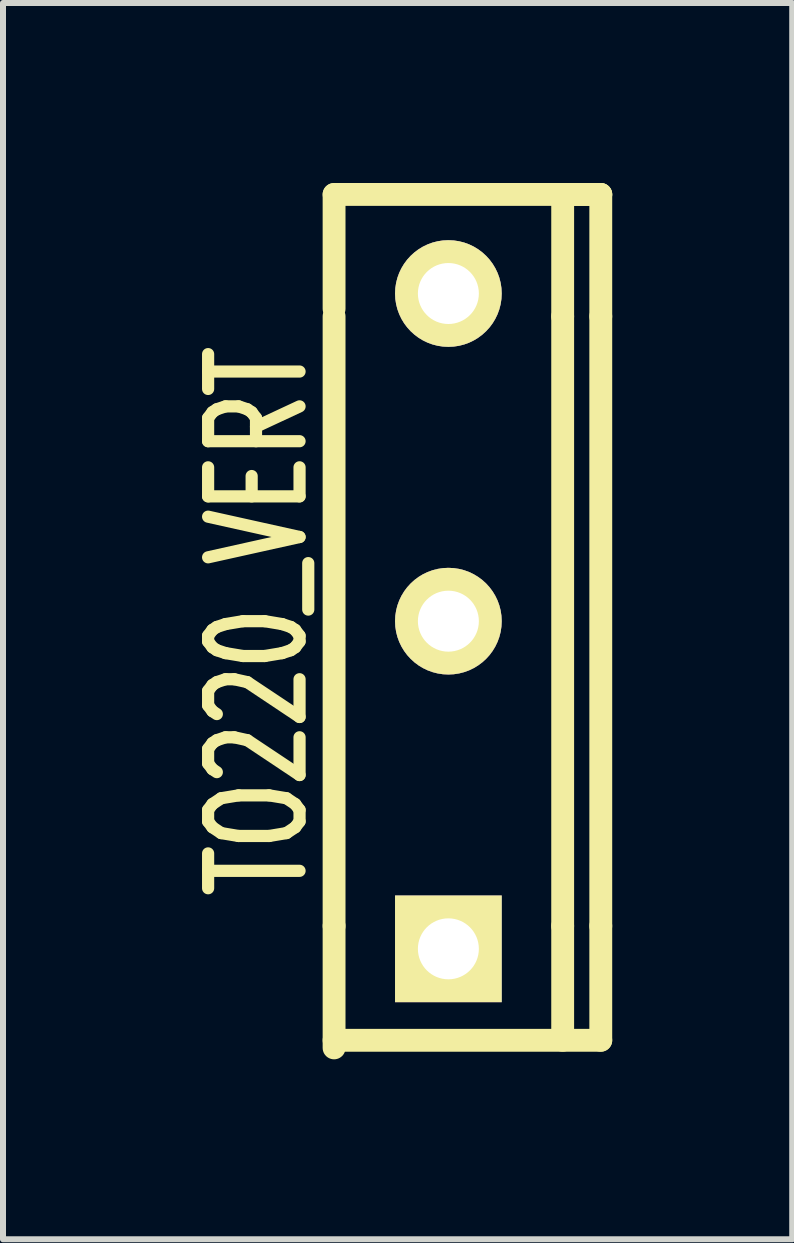
<source format=kicad_pcb>
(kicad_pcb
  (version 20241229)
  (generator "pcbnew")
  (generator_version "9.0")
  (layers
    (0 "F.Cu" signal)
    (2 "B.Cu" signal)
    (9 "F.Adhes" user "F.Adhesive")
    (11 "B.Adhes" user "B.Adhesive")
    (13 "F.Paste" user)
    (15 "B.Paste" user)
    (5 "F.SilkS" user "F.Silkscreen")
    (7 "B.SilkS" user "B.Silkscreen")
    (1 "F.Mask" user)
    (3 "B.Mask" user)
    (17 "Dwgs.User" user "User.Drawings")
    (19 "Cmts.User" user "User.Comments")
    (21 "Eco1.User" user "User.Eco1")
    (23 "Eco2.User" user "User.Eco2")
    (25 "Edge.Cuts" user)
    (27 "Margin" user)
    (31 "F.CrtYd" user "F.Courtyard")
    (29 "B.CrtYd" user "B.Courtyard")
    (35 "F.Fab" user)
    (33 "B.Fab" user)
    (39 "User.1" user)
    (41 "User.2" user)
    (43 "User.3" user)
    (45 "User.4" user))
  (footprint "TO220_VERT"
    (layer "F.Cu")
    (at 4.423 7.303)
    (property "Reference" "TO220_VERT" (at -3.175 0 90) (layer "F.SilkS") (effects (font (size 1.524 1.016) (thickness 0.203))))
    (attr through_hole)
    (fp_line (start -1.905 -7.112) (end -1.905 -5.207) (stroke (width 0.381) (type solid)) (layer "F.SilkS"))
    (fp_line (start -1.905 5.08) (end -1.905 -5.08) (stroke (width 0.381) (type solid)) (layer "F.SilkS"))
    (fp_line (start -1.905 5.08) (end -1.905 7.112) (stroke (width 0.381) (type solid)) (layer "F.SilkS"))
    (fp_line (start 1.905 -7.112) (end 2.54 -7.112) (stroke (width 0.381) (type solid)) (layer "F.SilkS"))
    (fp_line (start 1.905 -5.08) (end 1.905 -7.112) (stroke (width 0.381) (type solid)) (layer "F.SilkS"))
    (fp_line (start 1.905 -5.08) (end 1.905 5.08) (stroke (width 0.381) (type solid)) (layer "F.SilkS"))
    (fp_line (start 1.905 5.08) (end 1.905 6.858) (stroke (width 0.381) (type solid)) (layer "F.SilkS"))
    (fp_line (start 1.905 6.985) (end -1.905 6.985) (stroke (width 0.381) (type solid)) (layer "F.SilkS"))
    (fp_line (start 2.54 -7.112) (end -1.905 -7.112) (stroke (width 0.381) (type solid)) (layer "F.SilkS"))
    (fp_line (start 2.54 -5.08) (end 2.54 -7.112) (stroke (width 0.381) (type solid)) (layer "F.SilkS"))
    (fp_line (start 2.54 -5.08) (end 2.54 5.08) (stroke (width 0.381) (type solid)) (layer "F.SilkS"))
    (fp_line (start 2.54 5.08) (end 2.54 6.985) (stroke (width 0.381) (type solid)) (layer "F.SilkS"))
    (fp_line (start 2.54 6.985) (end 1.905 6.985) (stroke (width 0.381) (type solid)) (layer "F.SilkS"))
    (pad "1" thru_hole rect (at 0 5.461) (size 1.778 1.778) (drill 1.016) (layers "*.Cu" "*.Mask" "F.SilkS"))
    (pad "2" thru_hole circle (at 0 -5.461) (size 1.778 1.778) (drill 1.016) (layers "*.Cu" "*.Mask" "F.SilkS"))
    (pad "3" thru_hole circle (at 0 0) (size 1.778 1.778) (drill 1.016) (layers "*.Cu" "*.Mask" "F.SilkS")))
  (gr_rect
    (start -3 -3)
    (end 10.154 17.605)
    (stroke (width 0.1) (type default))
    (fill no)
    (layer "Edge.Cuts")))
</source>
